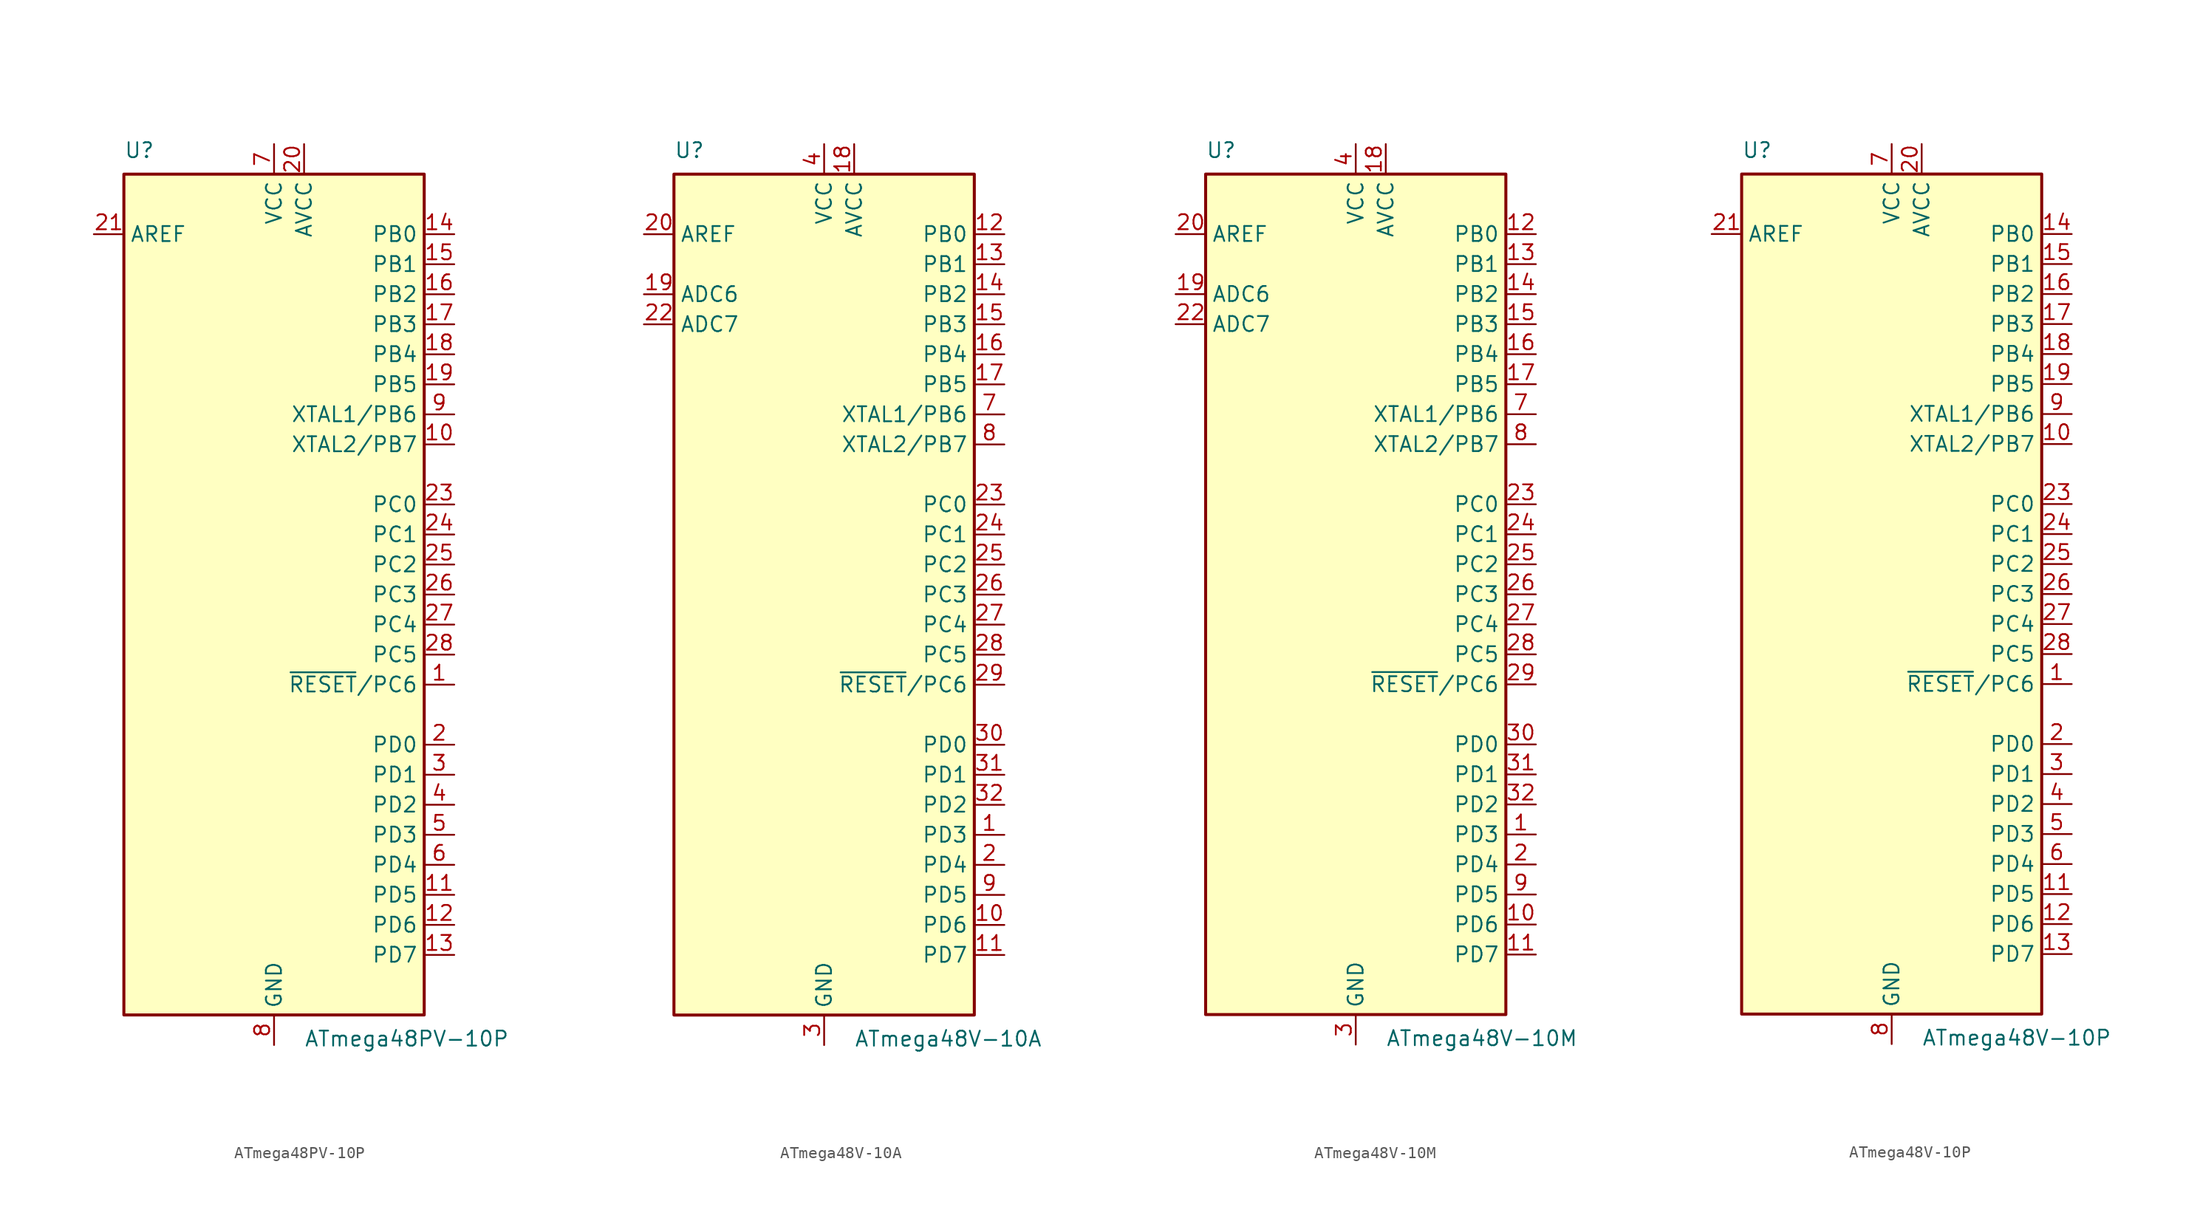
<source format=kicad_sym>
(kicad_symbol_lib
  (version 20201005)
  (generator kicad_symbol_editor)
  (symbol "MCU_Microchip_ATmega:ATmega48PV-10P"
    (property "Reference" "U"
      (at -12.7 36.83 0)
      (effects (font (size 1.27 1.27)) (justify left bottom)))
    (property "Value" "ATmega48PV-10P"
      (at 2.54 -36.83 0)
      (effects (font (size 1.27 1.27)) (justify left top)))
    (symbol "ATmega48PV-10P_0_1"
      (rectangle (start -12.7 -35.56) (end 12.7 35.56) (stroke (width 0.254)) (fill (type background))))
    (symbol "ATmega48PV-10P_1_1"
      (pin bidirectional line (at 15.24 -7.62 180) (length 2.54) (name "~RESET~/PC6" (effects (font (size 1.27 1.27)))) (number "1" (effects (font (size 1.27 1.27)))))
      (pin bidirectional line (at 15.24 12.7 180) (length 2.54) (name "XTAL2/PB7" (effects (font (size 1.27 1.27)))) (number "10" (effects (font (size 1.27 1.27)))))
      (pin bidirectional line (at 15.24 -25.4 180) (length 2.54) (name "PD5" (effects (font (size 1.27 1.27)))) (number "11" (effects (font (size 1.27 1.27)))))
      (pin bidirectional line (at 15.24 -27.94 180) (length 2.54) (name "PD6" (effects (font (size 1.27 1.27)))) (number "12" (effects (font (size 1.27 1.27)))))
      (pin bidirectional line (at 15.24 -30.48 180) (length 2.54) (name "PD7" (effects (font (size 1.27 1.27)))) (number "13" (effects (font (size 1.27 1.27)))))
      (pin bidirectional line (at 15.24 30.48 180) (length 2.54) (name "PB0" (effects (font (size 1.27 1.27)))) (number "14" (effects (font (size 1.27 1.27)))))
      (pin bidirectional line (at 15.24 27.94 180) (length 2.54) (name "PB1" (effects (font (size 1.27 1.27)))) (number "15" (effects (font (size 1.27 1.27)))))
      (pin bidirectional line (at 15.24 25.4 180) (length 2.54) (name "PB2" (effects (font (size 1.27 1.27)))) (number "16" (effects (font (size 1.27 1.27)))))
      (pin bidirectional line (at 15.24 22.86 180) (length 2.54) (name "PB3" (effects (font (size 1.27 1.27)))) (number "17" (effects (font (size 1.27 1.27)))))
      (pin bidirectional line (at 15.24 20.32 180) (length 2.54) (name "PB4" (effects (font (size 1.27 1.27)))) (number "18" (effects (font (size 1.27 1.27)))))
      (pin bidirectional line (at 15.24 17.78 180) (length 2.54) (name "PB5" (effects (font (size 1.27 1.27)))) (number "19" (effects (font (size 1.27 1.27)))))
      (pin bidirectional line (at 15.24 -12.7 180) (length 2.54) (name "PD0" (effects (font (size 1.27 1.27)))) (number "2" (effects (font (size 1.27 1.27)))))
      (pin power_in line (at 2.54 38.1 270) (length 2.54) (name "AVCC" (effects (font (size 1.27 1.27)))) (number "20" (effects (font (size 1.27 1.27)))))
      (pin passive line (at -15.24 30.48 0) (length 2.54) (name "AREF" (effects (font (size 1.27 1.27)))) (number "21" (effects (font (size 1.27 1.27)))))
      (pin passive line (at 0 -38.1 90) (length 2.54) hide (name "GND" (effects (font (size 1.27 1.27)))) (number "22" (effects (font (size 1.27 1.27)))))
      (pin bidirectional line (at 15.24 7.62 180) (length 2.54) (name "PC0" (effects (font (size 1.27 1.27)))) (number "23" (effects (font (size 1.27 1.27)))))
      (pin bidirectional line (at 15.24 5.08 180) (length 2.54) (name "PC1" (effects (font (size 1.27 1.27)))) (number "24" (effects (font (size 1.27 1.27)))))
      (pin bidirectional line (at 15.24 2.54 180) (length 2.54) (name "PC2" (effects (font (size 1.27 1.27)))) (number "25" (effects (font (size 1.27 1.27)))))
      (pin bidirectional line (at 15.24 0 180) (length 2.54) (name "PC3" (effects (font (size 1.27 1.27)))) (number "26" (effects (font (size 1.27 1.27)))))
      (pin bidirectional line (at 15.24 -2.54 180) (length 2.54) (name "PC4" (effects (font (size 1.27 1.27)))) (number "27" (effects (font (size 1.27 1.27)))))
      (pin bidirectional line (at 15.24 -5.08 180) (length 2.54) (name "PC5" (effects (font (size 1.27 1.27)))) (number "28" (effects (font (size 1.27 1.27)))))
      (pin bidirectional line (at 15.24 -15.24 180) (length 2.54) (name "PD1" (effects (font (size 1.27 1.27)))) (number "3" (effects (font (size 1.27 1.27)))))
      (pin bidirectional line (at 15.24 -17.78 180) (length 2.54) (name "PD2" (effects (font (size 1.27 1.27)))) (number "4" (effects (font (size 1.27 1.27)))))
      (pin bidirectional line (at 15.24 -20.32 180) (length 2.54) (name "PD3" (effects (font (size 1.27 1.27)))) (number "5" (effects (font (size 1.27 1.27)))))
      (pin bidirectional line (at 15.24 -22.86 180) (length 2.54) (name "PD4" (effects (font (size 1.27 1.27)))) (number "6" (effects (font (size 1.27 1.27)))))
      (pin power_in line (at 0 38.1 270) (length 2.54) (name "VCC" (effects (font (size 1.27 1.27)))) (number "7" (effects (font (size 1.27 1.27)))))
      (pin power_in line (at 0 -38.1 90) (length 2.54) (name "GND" (effects (font (size 1.27 1.27)))) (number "8" (effects (font (size 1.27 1.27)))))
      (pin bidirectional line (at 15.24 15.24 180) (length 2.54) (name "XTAL1/PB6" (effects (font (size 1.27 1.27)))) (number "9" (effects (font (size 1.27 1.27)))))))
  (symbol "MCU_Microchip_ATmega:ATmega48V-10A"
    (property "Reference" "U"
      (at -12.7 36.83 0)
      (effects (font (size 1.27 1.27)) (justify left bottom)))
    (property "Value" "ATmega48V-10A"
      (at 2.54 -36.83 0)
      (effects (font (size 1.27 1.27)) (justify left top)))
    (symbol "ATmega48V-10A_0_1"
      (rectangle (start -12.7 -35.56) (end 12.7 35.56) (stroke (width 0.254)) (fill (type background))))
    (symbol "ATmega48V-10A_1_1"
      (pin bidirectional line (at 15.24 -20.32 180) (length 2.54) (name "PD3" (effects (font (size 1.27 1.27)))) (number "1" (effects (font (size 1.27 1.27)))))
      (pin bidirectional line (at 15.24 -27.94 180) (length 2.54) (name "PD6" (effects (font (size 1.27 1.27)))) (number "10" (effects (font (size 1.27 1.27)))))
      (pin bidirectional line (at 15.24 -30.48 180) (length 2.54) (name "PD7" (effects (font (size 1.27 1.27)))) (number "11" (effects (font (size 1.27 1.27)))))
      (pin bidirectional line (at 15.24 30.48 180) (length 2.54) (name "PB0" (effects (font (size 1.27 1.27)))) (number "12" (effects (font (size 1.27 1.27)))))
      (pin bidirectional line (at 15.24 27.94 180) (length 2.54) (name "PB1" (effects (font (size 1.27 1.27)))) (number "13" (effects (font (size 1.27 1.27)))))
      (pin bidirectional line (at 15.24 25.4 180) (length 2.54) (name "PB2" (effects (font (size 1.27 1.27)))) (number "14" (effects (font (size 1.27 1.27)))))
      (pin bidirectional line (at 15.24 22.86 180) (length 2.54) (name "PB3" (effects (font (size 1.27 1.27)))) (number "15" (effects (font (size 1.27 1.27)))))
      (pin bidirectional line (at 15.24 20.32 180) (length 2.54) (name "PB4" (effects (font (size 1.27 1.27)))) (number "16" (effects (font (size 1.27 1.27)))))
      (pin bidirectional line (at 15.24 17.78 180) (length 2.54) (name "PB5" (effects (font (size 1.27 1.27)))) (number "17" (effects (font (size 1.27 1.27)))))
      (pin power_in line (at 2.54 38.1 270) (length 2.54) (name "AVCC" (effects (font (size 1.27 1.27)))) (number "18" (effects (font (size 1.27 1.27)))))
      (pin input line (at -15.24 25.4 0) (length 2.54) (name "ADC6" (effects (font (size 1.27 1.27)))) (number "19" (effects (font (size 1.27 1.27)))))
      (pin bidirectional line (at 15.24 -22.86 180) (length 2.54) (name "PD4" (effects (font (size 1.27 1.27)))) (number "2" (effects (font (size 1.27 1.27)))))
      (pin passive line (at -15.24 30.48 0) (length 2.54) (name "AREF" (effects (font (size 1.27 1.27)))) (number "20" (effects (font (size 1.27 1.27)))))
      (pin passive line (at 0 -38.1 90) (length 2.54) hide (name "GND" (effects (font (size 1.27 1.27)))) (number "21" (effects (font (size 1.27 1.27)))))
      (pin input line (at -15.24 22.86 0) (length 2.54) (name "ADC7" (effects (font (size 1.27 1.27)))) (number "22" (effects (font (size 1.27 1.27)))))
      (pin bidirectional line (at 15.24 7.62 180) (length 2.54) (name "PC0" (effects (font (size 1.27 1.27)))) (number "23" (effects (font (size 1.27 1.27)))))
      (pin bidirectional line (at 15.24 5.08 180) (length 2.54) (name "PC1" (effects (font (size 1.27 1.27)))) (number "24" (effects (font (size 1.27 1.27)))))
      (pin bidirectional line (at 15.24 2.54 180) (length 2.54) (name "PC2" (effects (font (size 1.27 1.27)))) (number "25" (effects (font (size 1.27 1.27)))))
      (pin bidirectional line (at 15.24 0 180) (length 2.54) (name "PC3" (effects (font (size 1.27 1.27)))) (number "26" (effects (font (size 1.27 1.27)))))
      (pin bidirectional line (at 15.24 -2.54 180) (length 2.54) (name "PC4" (effects (font (size 1.27 1.27)))) (number "27" (effects (font (size 1.27 1.27)))))
      (pin bidirectional line (at 15.24 -5.08 180) (length 2.54) (name "PC5" (effects (font (size 1.27 1.27)))) (number "28" (effects (font (size 1.27 1.27)))))
      (pin bidirectional line (at 15.24 -7.62 180) (length 2.54) (name "~RESET~/PC6" (effects (font (size 1.27 1.27)))) (number "29" (effects (font (size 1.27 1.27)))))
      (pin power_in line (at 0 -38.1 90) (length 2.54) (name "GND" (effects (font (size 1.27 1.27)))) (number "3" (effects (font (size 1.27 1.27)))))
      (pin bidirectional line (at 15.24 -12.7 180) (length 2.54) (name "PD0" (effects (font (size 1.27 1.27)))) (number "30" (effects (font (size 1.27 1.27)))))
      (pin bidirectional line (at 15.24 -15.24 180) (length 2.54) (name "PD1" (effects (font (size 1.27 1.27)))) (number "31" (effects (font (size 1.27 1.27)))))
      (pin bidirectional line (at 15.24 -17.78 180) (length 2.54) (name "PD2" (effects (font (size 1.27 1.27)))) (number "32" (effects (font (size 1.27 1.27)))))
      (pin power_in line (at 0 38.1 270) (length 2.54) (name "VCC" (effects (font (size 1.27 1.27)))) (number "4" (effects (font (size 1.27 1.27)))))
      (pin passive line (at 0 -38.1 90) (length 2.54) hide (name "GND" (effects (font (size 1.27 1.27)))) (number "5" (effects (font (size 1.27 1.27)))))
      (pin passive line (at 0 38.1 270) (length 2.54) hide (name "VCC" (effects (font (size 1.27 1.27)))) (number "6" (effects (font (size 1.27 1.27)))))
      (pin bidirectional line (at 15.24 15.24 180) (length 2.54) (name "XTAL1/PB6" (effects (font (size 1.27 1.27)))) (number "7" (effects (font (size 1.27 1.27)))))
      (pin bidirectional line (at 15.24 12.7 180) (length 2.54) (name "XTAL2/PB7" (effects (font (size 1.27 1.27)))) (number "8" (effects (font (size 1.27 1.27)))))
      (pin bidirectional line (at 15.24 -25.4 180) (length 2.54) (name "PD5" (effects (font (size 1.27 1.27)))) (number "9" (effects (font (size 1.27 1.27)))))))
  (symbol "MCU_Microchip_ATmega:ATmega48V-10M"
    (property "Reference" "U"
      (at -12.7 36.83 0)
      (effects (font (size 1.27 1.27)) (justify left bottom)))
    (property "Value" "ATmega48V-10M"
      (at 2.54 -36.83 0)
      (effects (font (size 1.27 1.27)) (justify left top)))
    (symbol "ATmega48V-10M_0_1"
      (rectangle (start -12.7 -35.56) (end 12.7 35.56) (stroke (width 0.254)) (fill (type background))))
    (symbol "ATmega48V-10M_1_1"
      (pin bidirectional line (at 15.24 -20.32 180) (length 2.54) (name "PD3" (effects (font (size 1.27 1.27)))) (number "1" (effects (font (size 1.27 1.27)))))
      (pin bidirectional line (at 15.24 -27.94 180) (length 2.54) (name "PD6" (effects (font (size 1.27 1.27)))) (number "10" (effects (font (size 1.27 1.27)))))
      (pin bidirectional line (at 15.24 -30.48 180) (length 2.54) (name "PD7" (effects (font (size 1.27 1.27)))) (number "11" (effects (font (size 1.27 1.27)))))
      (pin bidirectional line (at 15.24 30.48 180) (length 2.54) (name "PB0" (effects (font (size 1.27 1.27)))) (number "12" (effects (font (size 1.27 1.27)))))
      (pin bidirectional line (at 15.24 27.94 180) (length 2.54) (name "PB1" (effects (font (size 1.27 1.27)))) (number "13" (effects (font (size 1.27 1.27)))))
      (pin bidirectional line (at 15.24 25.4 180) (length 2.54) (name "PB2" (effects (font (size 1.27 1.27)))) (number "14" (effects (font (size 1.27 1.27)))))
      (pin bidirectional line (at 15.24 22.86 180) (length 2.54) (name "PB3" (effects (font (size 1.27 1.27)))) (number "15" (effects (font (size 1.27 1.27)))))
      (pin bidirectional line (at 15.24 20.32 180) (length 2.54) (name "PB4" (effects (font (size 1.27 1.27)))) (number "16" (effects (font (size 1.27 1.27)))))
      (pin bidirectional line (at 15.24 17.78 180) (length 2.54) (name "PB5" (effects (font (size 1.27 1.27)))) (number "17" (effects (font (size 1.27 1.27)))))
      (pin power_in line (at 2.54 38.1 270) (length 2.54) (name "AVCC" (effects (font (size 1.27 1.27)))) (number "18" (effects (font (size 1.27 1.27)))))
      (pin input line (at -15.24 25.4 0) (length 2.54) (name "ADC6" (effects (font (size 1.27 1.27)))) (number "19" (effects (font (size 1.27 1.27)))))
      (pin bidirectional line (at 15.24 -22.86 180) (length 2.54) (name "PD4" (effects (font (size 1.27 1.27)))) (number "2" (effects (font (size 1.27 1.27)))))
      (pin passive line (at -15.24 30.48 0) (length 2.54) (name "AREF" (effects (font (size 1.27 1.27)))) (number "20" (effects (font (size 1.27 1.27)))))
      (pin passive line (at 0 -38.1 90) (length 2.54) hide (name "GND" (effects (font (size 1.27 1.27)))) (number "21" (effects (font (size 1.27 1.27)))))
      (pin input line (at -15.24 22.86 0) (length 2.54) (name "ADC7" (effects (font (size 1.27 1.27)))) (number "22" (effects (font (size 1.27 1.27)))))
      (pin bidirectional line (at 15.24 7.62 180) (length 2.54) (name "PC0" (effects (font (size 1.27 1.27)))) (number "23" (effects (font (size 1.27 1.27)))))
      (pin bidirectional line (at 15.24 5.08 180) (length 2.54) (name "PC1" (effects (font (size 1.27 1.27)))) (number "24" (effects (font (size 1.27 1.27)))))
      (pin bidirectional line (at 15.24 2.54 180) (length 2.54) (name "PC2" (effects (font (size 1.27 1.27)))) (number "25" (effects (font (size 1.27 1.27)))))
      (pin bidirectional line (at 15.24 0 180) (length 2.54) (name "PC3" (effects (font (size 1.27 1.27)))) (number "26" (effects (font (size 1.27 1.27)))))
      (pin bidirectional line (at 15.24 -2.54 180) (length 2.54) (name "PC4" (effects (font (size 1.27 1.27)))) (number "27" (effects (font (size 1.27 1.27)))))
      (pin bidirectional line (at 15.24 -5.08 180) (length 2.54) (name "PC5" (effects (font (size 1.27 1.27)))) (number "28" (effects (font (size 1.27 1.27)))))
      (pin bidirectional line (at 15.24 -7.62 180) (length 2.54) (name "~RESET~/PC6" (effects (font (size 1.27 1.27)))) (number "29" (effects (font (size 1.27 1.27)))))
      (pin power_in line (at 0 -38.1 90) (length 2.54) (name "GND" (effects (font (size 1.27 1.27)))) (number "3" (effects (font (size 1.27 1.27)))))
      (pin bidirectional line (at 15.24 -12.7 180) (length 2.54) (name "PD0" (effects (font (size 1.27 1.27)))) (number "30" (effects (font (size 1.27 1.27)))))
      (pin bidirectional line (at 15.24 -15.24 180) (length 2.54) (name "PD1" (effects (font (size 1.27 1.27)))) (number "31" (effects (font (size 1.27 1.27)))))
      (pin bidirectional line (at 15.24 -17.78 180) (length 2.54) (name "PD2" (effects (font (size 1.27 1.27)))) (number "32" (effects (font (size 1.27 1.27)))))
      (pin passive line (at 0 -38.1 90) (length 2.54) hide (name "GND" (effects (font (size 1.27 1.27)))) (number "33" (effects (font (size 1.27 1.27)))))
      (pin power_in line (at 0 38.1 270) (length 2.54) (name "VCC" (effects (font (size 1.27 1.27)))) (number "4" (effects (font (size 1.27 1.27)))))
      (pin passive line (at 0 -38.1 90) (length 2.54) hide (name "GND" (effects (font (size 1.27 1.27)))) (number "5" (effects (font (size 1.27 1.27)))))
      (pin passive line (at 0 38.1 270) (length 2.54) hide (name "VCC" (effects (font (size 1.27 1.27)))) (number "6" (effects (font (size 1.27 1.27)))))
      (pin bidirectional line (at 15.24 15.24 180) (length 2.54) (name "XTAL1/PB6" (effects (font (size 1.27 1.27)))) (number "7" (effects (font (size 1.27 1.27)))))
      (pin bidirectional line (at 15.24 12.7 180) (length 2.54) (name "XTAL2/PB7" (effects (font (size 1.27 1.27)))) (number "8" (effects (font (size 1.27 1.27)))))
      (pin bidirectional line (at 15.24 -25.4 180) (length 2.54) (name "PD5" (effects (font (size 1.27 1.27)))) (number "9" (effects (font (size 1.27 1.27)))))))
  (symbol "MCU_Microchip_ATmega:ATmega48V-10P"
    (property "Reference" "U"
      (at -12.7 36.83 0)
      (effects (font (size 1.27 1.27)) (justify left bottom)))
    (property "Value" "ATmega48V-10P"
      (at 2.54 -36.83 0)
      (effects (font (size 1.27 1.27)) (justify left top)))
    (symbol "ATmega48V-10P_0_1"
      (rectangle (start -12.7 -35.56) (end 12.7 35.56) (stroke (width 0.254)) (fill (type background))))
    (symbol "ATmega48V-10P_1_1"
      (pin bidirectional line (at 15.24 -7.62 180) (length 2.54) (name "~RESET~/PC6" (effects (font (size 1.27 1.27)))) (number "1" (effects (font (size 1.27 1.27)))))
      (pin bidirectional line (at 15.24 12.7 180) (length 2.54) (name "XTAL2/PB7" (effects (font (size 1.27 1.27)))) (number "10" (effects (font (size 1.27 1.27)))))
      (pin bidirectional line (at 15.24 -25.4 180) (length 2.54) (name "PD5" (effects (font (size 1.27 1.27)))) (number "11" (effects (font (size 1.27 1.27)))))
      (pin bidirectional line (at 15.24 -27.94 180) (length 2.54) (name "PD6" (effects (font (size 1.27 1.27)))) (number "12" (effects (font (size 1.27 1.27)))))
      (pin bidirectional line (at 15.24 -30.48 180) (length 2.54) (name "PD7" (effects (font (size 1.27 1.27)))) (number "13" (effects (font (size 1.27 1.27)))))
      (pin bidirectional line (at 15.24 30.48 180) (length 2.54) (name "PB0" (effects (font (size 1.27 1.27)))) (number "14" (effects (font (size 1.27 1.27)))))
      (pin bidirectional line (at 15.24 27.94 180) (length 2.54) (name "PB1" (effects (font (size 1.27 1.27)))) (number "15" (effects (font (size 1.27 1.27)))))
      (pin bidirectional line (at 15.24 25.4 180) (length 2.54) (name "PB2" (effects (font (size 1.27 1.27)))) (number "16" (effects (font (size 1.27 1.27)))))
      (pin bidirectional line (at 15.24 22.86 180) (length 2.54) (name "PB3" (effects (font (size 1.27 1.27)))) (number "17" (effects (font (size 1.27 1.27)))))
      (pin bidirectional line (at 15.24 20.32 180) (length 2.54) (name "PB4" (effects (font (size 1.27 1.27)))) (number "18" (effects (font (size 1.27 1.27)))))
      (pin bidirectional line (at 15.24 17.78 180) (length 2.54) (name "PB5" (effects (font (size 1.27 1.27)))) (number "19" (effects (font (size 1.27 1.27)))))
      (pin bidirectional line (at 15.24 -12.7 180) (length 2.54) (name "PD0" (effects (font (size 1.27 1.27)))) (number "2" (effects (font (size 1.27 1.27)))))
      (pin power_in line (at 2.54 38.1 270) (length 2.54) (name "AVCC" (effects (font (size 1.27 1.27)))) (number "20" (effects (font (size 1.27 1.27)))))
      (pin passive line (at -15.24 30.48 0) (length 2.54) (name "AREF" (effects (font (size 1.27 1.27)))) (number "21" (effects (font (size 1.27 1.27)))))
      (pin passive line (at 0 -38.1 90) (length 2.54) hide (name "GND" (effects (font (size 1.27 1.27)))) (number "22" (effects (font (size 1.27 1.27)))))
      (pin bidirectional line (at 15.24 7.62 180) (length 2.54) (name "PC0" (effects (font (size 1.27 1.27)))) (number "23" (effects (font (size 1.27 1.27)))))
      (pin bidirectional line (at 15.24 5.08 180) (length 2.54) (name "PC1" (effects (font (size 1.27 1.27)))) (number "24" (effects (font (size 1.27 1.27)))))
      (pin bidirectional line (at 15.24 2.54 180) (length 2.54) (name "PC2" (effects (font (size 1.27 1.27)))) (number "25" (effects (font (size 1.27 1.27)))))
      (pin bidirectional line (at 15.24 0 180) (length 2.54) (name "PC3" (effects (font (size 1.27 1.27)))) (number "26" (effects (font (size 1.27 1.27)))))
      (pin bidirectional line (at 15.24 -2.54 180) (length 2.54) (name "PC4" (effects (font (size 1.27 1.27)))) (number "27" (effects (font (size 1.27 1.27)))))
      (pin bidirectional line (at 15.24 -5.08 180) (length 2.54) (name "PC5" (effects (font (size 1.27 1.27)))) (number "28" (effects (font (size 1.27 1.27)))))
      (pin bidirectional line (at 15.24 -15.24 180) (length 2.54) (name "PD1" (effects (font (size 1.27 1.27)))) (number "3" (effects (font (size 1.27 1.27)))))
      (pin bidirectional line (at 15.24 -17.78 180) (length 2.54) (name "PD2" (effects (font (size 1.27 1.27)))) (number "4" (effects (font (size 1.27 1.27)))))
      (pin bidirectional line (at 15.24 -20.32 180) (length 2.54) (name "PD3" (effects (font (size 1.27 1.27)))) (number "5" (effects (font (size 1.27 1.27)))))
      (pin bidirectional line (at 15.24 -22.86 180) (length 2.54) (name "PD4" (effects (font (size 1.27 1.27)))) (number "6" (effects (font (size 1.27 1.27)))))
      (pin power_in line (at 0 38.1 270) (length 2.54) (name "VCC" (effects (font (size 1.27 1.27)))) (number "7" (effects (font (size 1.27 1.27)))))
      (pin power_in line (at 0 -38.1 90) (length 2.54) (name "GND" (effects (font (size 1.27 1.27)))) (number "8" (effects (font (size 1.27 1.27)))))
      (pin bidirectional line (at 15.24 15.24 180) (length 2.54) (name "XTAL1/PB6" (effects (font (size 1.27 1.27)))) (number "9" (effects (font (size 1.27 1.27))))))))
</source>
